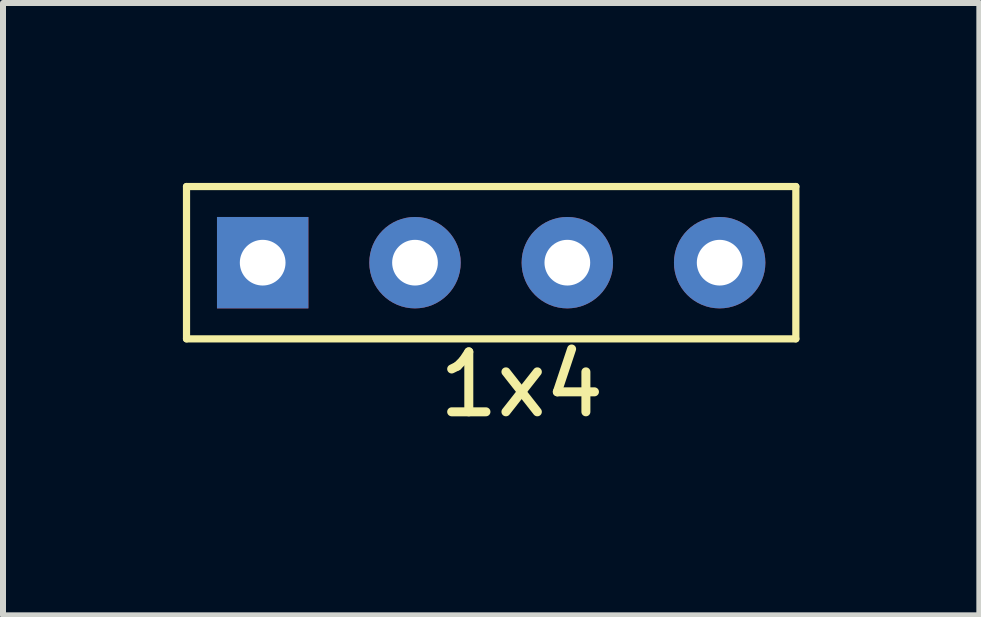
<source format=kicad_pcb>
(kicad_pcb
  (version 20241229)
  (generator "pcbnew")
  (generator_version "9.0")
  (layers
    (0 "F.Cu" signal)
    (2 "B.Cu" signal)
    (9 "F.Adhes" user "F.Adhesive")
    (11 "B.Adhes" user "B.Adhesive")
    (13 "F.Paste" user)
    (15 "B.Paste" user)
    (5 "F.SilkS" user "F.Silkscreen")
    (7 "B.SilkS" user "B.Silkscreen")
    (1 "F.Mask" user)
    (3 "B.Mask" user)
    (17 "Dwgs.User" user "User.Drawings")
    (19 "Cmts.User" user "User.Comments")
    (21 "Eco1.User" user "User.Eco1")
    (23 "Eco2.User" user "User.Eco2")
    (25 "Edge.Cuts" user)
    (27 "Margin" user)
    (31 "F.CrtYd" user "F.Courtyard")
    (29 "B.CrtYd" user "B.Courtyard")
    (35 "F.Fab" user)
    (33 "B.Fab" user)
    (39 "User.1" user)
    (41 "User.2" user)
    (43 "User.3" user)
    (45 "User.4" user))
  (footprint "1x4"
    (layer "F.Cu")
    (at 3.87 3.87)
    (property "Reference" "1x4" (at 1.778 -0.508 0) (layer "F.SilkS") (effects (font (size 1 1) (thickness 0.15))))
    (attr through_hole)
    (fp_line (start -3.81 -3.81) (end 6.35 -3.81) (stroke (width 0.12) (type solid)) (layer "F.SilkS"))
    (fp_line (start -3.81 -1.27) (end -3.81 -3.81) (stroke (width 0.12) (type solid)) (layer "F.SilkS"))
    (fp_line (start 6.35 -3.81) (end 6.35 -1.27) (stroke (width 0.12) (type solid)) (layer "F.SilkS"))
    (fp_line (start 6.35 -1.27) (end -3.81 -1.27) (stroke (width 0.12) (type solid)) (layer "F.SilkS"))
    (pad "1" thru_hole rect (at -2.54 -2.54) (size 1.524 1.524) (drill 0.762) (layers "*.Cu" "*.Mask"))
    (pad "2" thru_hole circle (at 0 -2.54) (size 1.524 1.524) (drill 0.762) (layers "*.Cu" "*.Mask"))
    (pad "3" thru_hole circle (at 2.54 -2.54) (size 1.524 1.524) (drill 0.762) (layers "*.Cu" "*.Mask"))
    (pad "4" thru_hole circle (at 5.08 -2.54) (size 1.524 1.524) (drill 0.762) (layers "*.Cu" "*.Mask")))
  (gr_rect
    (start -3 -3)
    (end 13.28 7.21)
    (stroke (width 0.1) (type default))
    (fill no)
    (layer "Edge.Cuts")))
</source>
